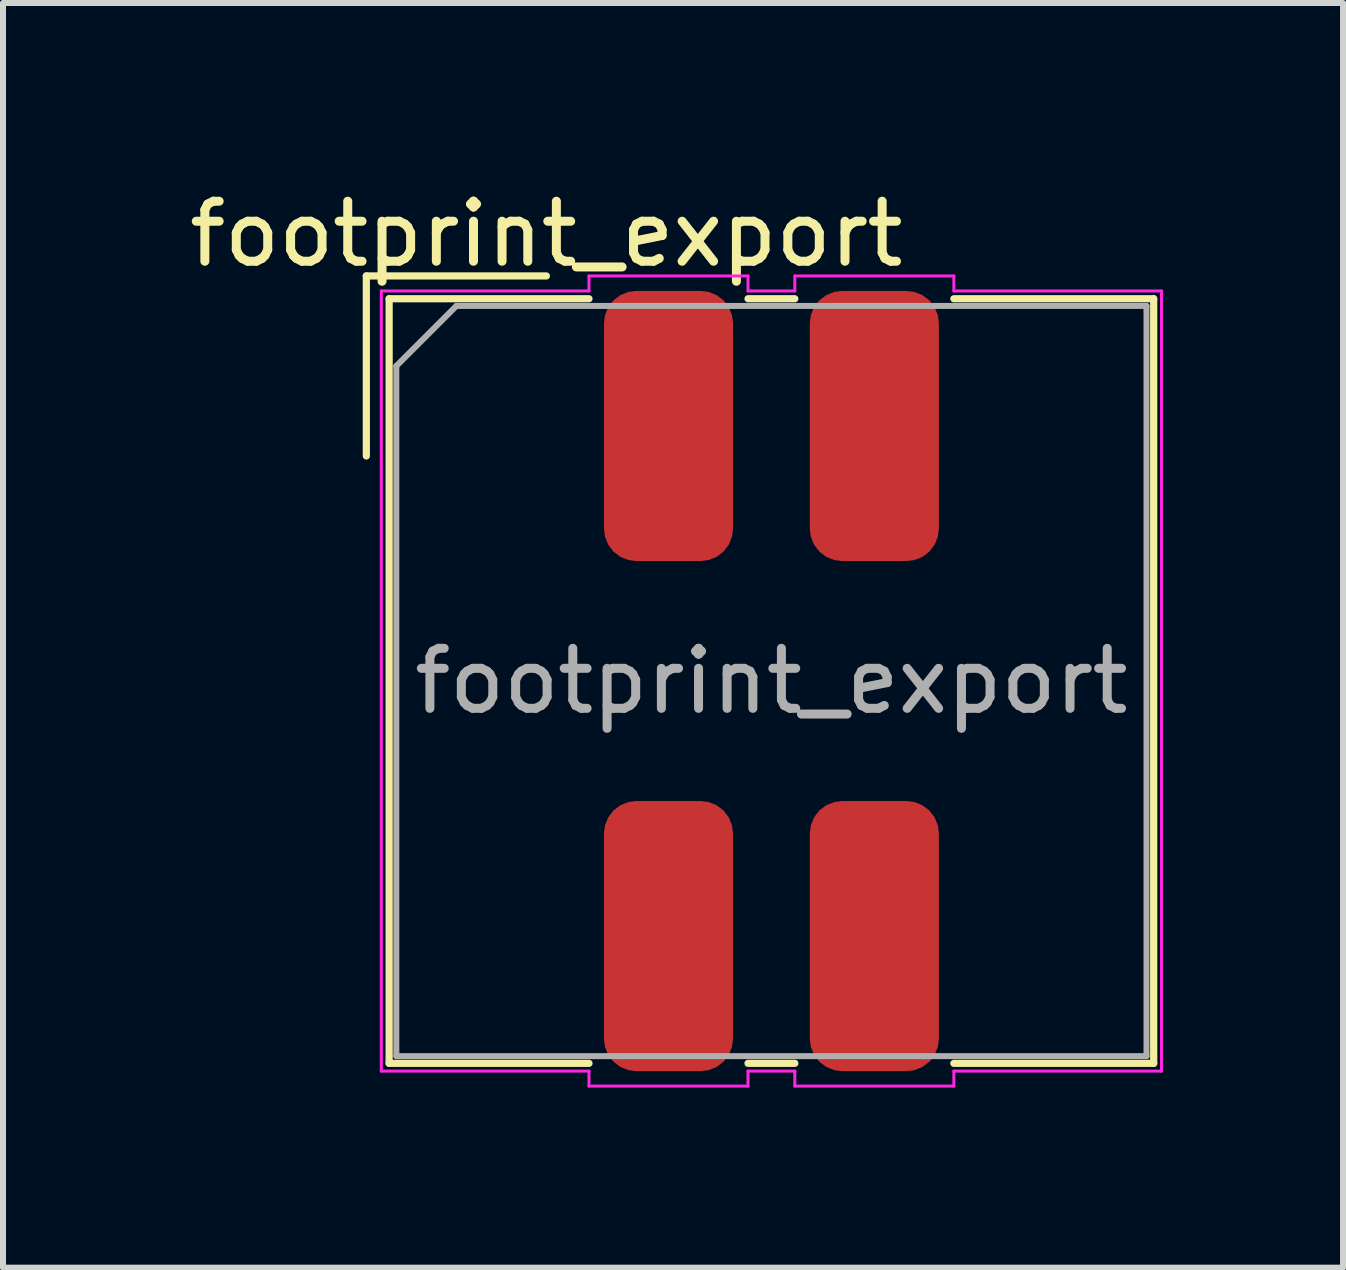
<source format=kicad_pcb>
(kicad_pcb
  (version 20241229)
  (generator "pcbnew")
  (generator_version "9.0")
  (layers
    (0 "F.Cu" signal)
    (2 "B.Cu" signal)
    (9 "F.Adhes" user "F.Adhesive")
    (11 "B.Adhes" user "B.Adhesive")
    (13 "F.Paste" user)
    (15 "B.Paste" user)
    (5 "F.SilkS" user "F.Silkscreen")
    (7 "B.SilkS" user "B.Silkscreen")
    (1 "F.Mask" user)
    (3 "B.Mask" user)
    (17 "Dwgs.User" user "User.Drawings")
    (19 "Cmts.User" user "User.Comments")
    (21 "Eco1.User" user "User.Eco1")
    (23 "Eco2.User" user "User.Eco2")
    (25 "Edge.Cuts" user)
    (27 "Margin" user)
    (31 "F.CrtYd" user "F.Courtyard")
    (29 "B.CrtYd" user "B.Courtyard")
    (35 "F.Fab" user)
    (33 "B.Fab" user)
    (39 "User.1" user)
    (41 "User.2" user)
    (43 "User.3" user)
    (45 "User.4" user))
  (footprint "footprint_export"
    (layer "F.Cu")
    (at 9.804 8.298)
    (property "Reference" "footprint_export" (at -3.75 -7.45 0) (layer "F.SilkS") (effects (font (size 1 1) (thickness 0.15))))
    (attr smd)
    (fp_line (start -6.75 -6.75) (end -3.75 -6.75) (stroke (width 0.12) (type solid)) (layer "F.SilkS"))
    (fp_line (start -6.75 -3.75) (end -6.75 -6.75) (stroke (width 0.12) (type solid)) (layer "F.SilkS"))
    (fp_line (start -6.37 -6.37) (end -6.37 6.37) (stroke (width 0.12) (type solid)) (layer "F.SilkS"))
    (fp_line (start -6.37 -6.37) (end -3.04 -6.37) (stroke (width 0.12) (type solid)) (layer "F.SilkS"))
    (fp_line (start -6.37 6.37) (end -3.04 6.37) (stroke (width 0.12) (type solid)) (layer "F.SilkS"))
    (fp_line (start -0.39 -6.37) (end 0.39 -6.37) (stroke (width 0.12) (type solid)) (layer "F.SilkS"))
    (fp_line (start -0.39 6.37) (end 0.39 6.37) (stroke (width 0.12) (type solid)) (layer "F.SilkS"))
    (fp_line (start 3.04 -6.37) (end 6.37 -6.37) (stroke (width 0.12) (type solid)) (layer "F.SilkS"))
    (fp_line (start 3.04 6.37) (end 6.37 6.37) (stroke (width 0.12) (type solid)) (layer "F.SilkS"))
    (fp_line (start 6.37 -6.37) (end 6.37 6.37) (stroke (width 0.12) (type solid)) (layer "F.SilkS"))
    (fp_line (start -6.5 -6.5) (end -6.5 6.5) (stroke (width 0.05) (type solid)) (layer "F.CrtYd"))
    (fp_line (start -6.5 -6.5) (end -3.04 -6.5) (stroke (width 0.05) (type solid)) (layer "F.CrtYd"))
    (fp_line (start -6.5 6.5) (end -3.04 6.5) (stroke (width 0.05) (type solid)) (layer "F.CrtYd"))
    (fp_line (start -3.04 -6.75) (end -0.39 -6.75) (stroke (width 0.05) (type solid)) (layer "F.CrtYd"))
    (fp_line (start -3.04 -6.5) (end -3.04 -6.75) (stroke (width 0.05) (type solid)) (layer "F.CrtYd"))
    (fp_line (start -3.04 6.5) (end -3.04 6.75) (stroke (width 0.05) (type solid)) (layer "F.CrtYd"))
    (fp_line (start -3.04 6.75) (end -0.39 6.75) (stroke (width 0.05) (type solid)) (layer "F.CrtYd"))
    (fp_line (start -0.39 -6.75) (end -0.39 -6.5) (stroke (width 0.05) (type solid)) (layer "F.CrtYd"))
    (fp_line (start -0.39 -6.5) (end 0.39 -6.5) (stroke (width 0.05) (type solid)) (layer "F.CrtYd"))
    (fp_line (start -0.39 6.5) (end 0.39 6.5) (stroke (width 0.05) (type solid)) (layer "F.CrtYd"))
    (fp_line (start -0.39 6.75) (end -0.39 6.5) (stroke (width 0.05) (type solid)) (layer "F.CrtYd"))
    (fp_line (start 0.39 -6.75) (end 3.04 -6.75) (stroke (width 0.05) (type solid)) (layer "F.CrtYd"))
    (fp_line (start 0.39 -6.5) (end 0.39 -6.75) (stroke (width 0.05) (type solid)) (layer "F.CrtYd"))
    (fp_line (start 0.39 6.5) (end 0.39 6.75) (stroke (width 0.05) (type solid)) (layer "F.CrtYd"))
    (fp_line (start 0.39 6.75) (end 3.04 6.75) (stroke (width 0.05) (type solid)) (layer "F.CrtYd"))
    (fp_line (start 3.04 -6.75) (end 3.04 -6.5) (stroke (width 0.05) (type solid)) (layer "F.CrtYd"))
    (fp_line (start 3.04 -6.5) (end 6.5 -6.5) (stroke (width 0.05) (type solid)) (layer "F.CrtYd"))
    (fp_line (start 3.04 6.5) (end 6.5 6.5) (stroke (width 0.05) (type solid)) (layer "F.CrtYd"))
    (fp_line (start 3.04 6.75) (end 3.04 6.5) (stroke (width 0.05) (type solid)) (layer "F.CrtYd"))
    (fp_line (start 6.5 -6.5) (end 6.5 6.5) (stroke (width 0.05) (type solid)) (layer "F.CrtYd"))
    (fp_line (start -6.25 -5.25) (end -5.25 -6.25) (stroke (width 0.1) (type solid)) (layer "F.Fab"))
    (fp_line (start -6.25 6.25) (end -6.25 -5.25) (stroke (width 0.1) (type solid)) (layer "F.Fab"))
    (fp_line (start -5.25 -6.25) (end 6.25 -6.25) (stroke (width 0.1) (type solid)) (layer "F.Fab"))
    (fp_line (start 6.25 -6.25) (end 6.25 6.25) (stroke (width 0.1) (type solid)) (layer "F.Fab"))
    (fp_line (start 6.25 6.25) (end -6.25 6.25) (stroke (width 0.1) (type solid)) (layer "F.Fab"))
    (fp_text user "${REFERENCE}" (at 0 0 0) (layer "F.Fab") (effects (font (size 1 1) (thickness 0.15))))
    (pad "1" smd roundrect (at -1.715 -4.25) (size 2.15 4.5) (layers "F.Cu" "F.Mask" "F.Paste") (roundrect_rratio 0.25))
    (pad "2" smd roundrect (at 1.715 -4.25) (size 2.15 4.5) (layers "F.Cu" "F.Mask" "F.Paste") (roundrect_rratio 0.25))
    (pad "3" smd roundrect (at 1.715 4.25) (size 2.15 4.5) (layers "F.Cu" "F.Mask" "F.Paste") (roundrect_rratio 0.25))
    (pad "4" smd roundrect (at -1.715 4.25) (size 2.15 4.5) (layers "F.Cu" "F.Mask" "F.Paste") (roundrect_rratio 0.25)))
  (gr_rect
    (start -3 -3)
    (end 19.329 18.073)
    (stroke (width 0.1) (type default))
    (fill no)
    (layer "Edge.Cuts")))
</source>
